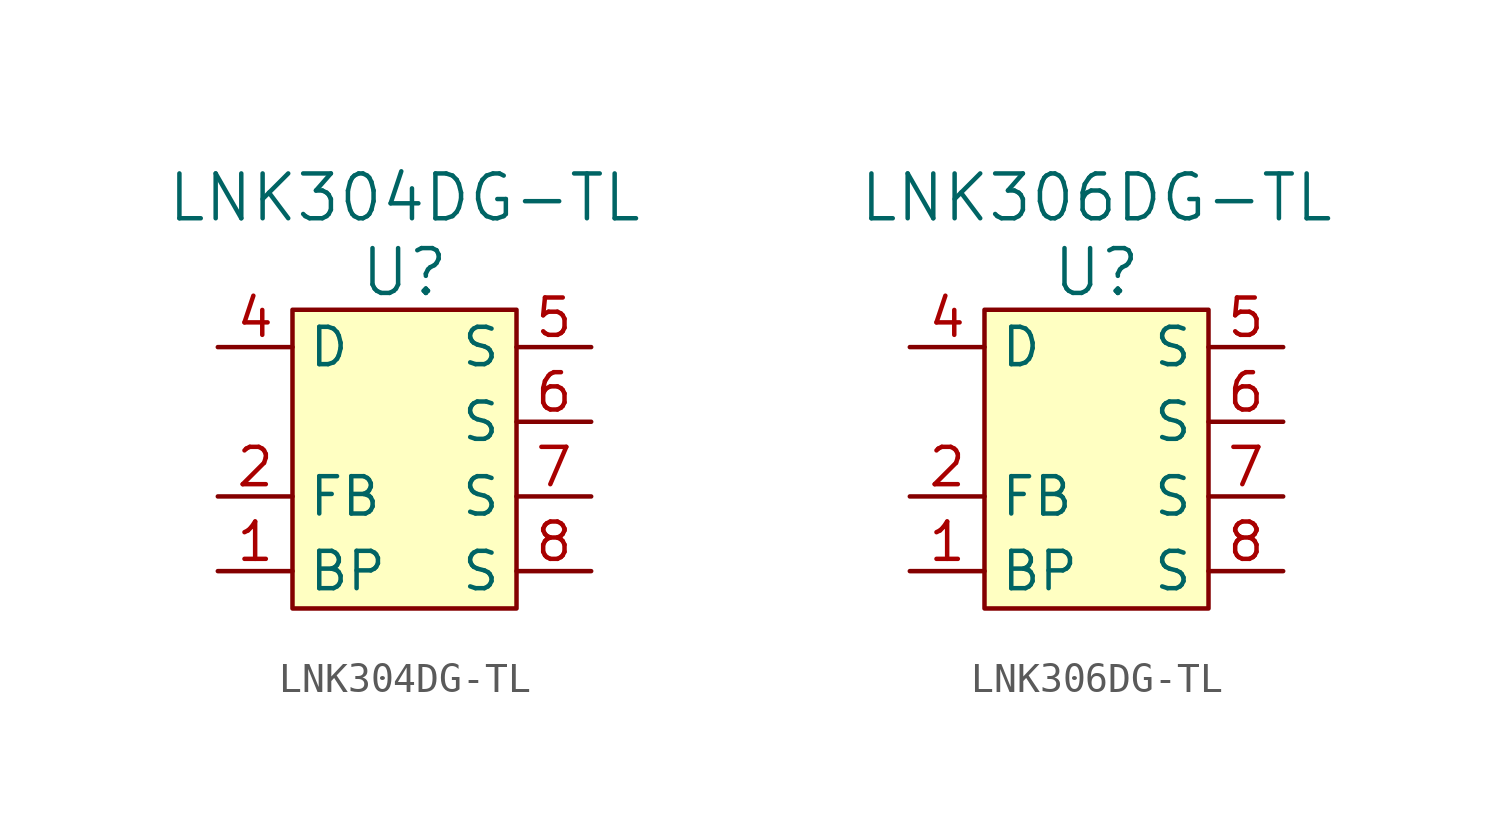
<source format=kicad_sym>
(kicad_symbol_lib
  (version 20220914)
  (generator kicad_symbol_editor)
  (symbol "LNK304DG-TL"
    (property "Reference" "U"
      (at 1.27 5.08 0)
      (effects (font (size 1.524 1.524))))
    (property "Value" "LNK304DG-TL"
      (at 1.27 7.62 0)
      (effects (font (size 1.524 1.524))))
    (symbol "LNK304DG-TL_0_1"
      (rectangle (start -2.54 3.81) (end 5.08 -6.35) (stroke (width 0) (type solid)) (fill (type background))))
    (symbol "LNK304DG-TL_1_1"
      (pin passive line (at -5.08 -5.08 0) (length 2.54) (name "BP" (effects (font (size 1.27 1.27)))) (number "1" (effects (font (size 1.27 1.27)))))
      (pin input line (at -5.08 -2.54 0) (length 2.54) (name "FB" (effects (font (size 1.27 1.27)))) (number "2" (effects (font (size 1.27 1.27)))))
      (pin passive line (at -5.08 2.54 0) (length 2.54) (name "D" (effects (font (size 1.27 1.27)))) (number "4" (effects (font (size 1.27 1.27)))))
      (pin passive line (at 7.62 2.54 180) (length 2.54) (name "S" (effects (font (size 1.27 1.27)))) (number "5" (effects (font (size 1.27 1.27)))))
      (pin passive line (at 7.62 0 180) (length 2.54) (name "S" (effects (font (size 1.27 1.27)))) (number "6" (effects (font (size 1.27 1.27)))))
      (pin passive line (at 7.62 -2.54 180) (length 2.54) (name "S" (effects (font (size 1.27 1.27)))) (number "7" (effects (font (size 1.27 1.27)))))
      (pin passive line (at 7.62 -5.08 180) (length 2.54) (name "S" (effects (font (size 1.27 1.27)))) (number "8" (effects (font (size 1.27 1.27)))))))
  (symbol "LNK306DG-TL"
    (property "Reference" "U"
      (at 1.27 5.08 0)
      (effects (font (size 1.524 1.524))))
    (property "Value" "LNK306DG-TL"
      (at 1.27 7.62 0)
      (effects (font (size 1.524 1.524))))
    (symbol "LNK306DG-TL_0_1"
      (rectangle (start -2.54 3.81) (end 5.08 -6.35) (stroke (width 0) (type solid)) (fill (type background))))
    (symbol "LNK306DG-TL_1_1"
      (pin passive line (at -5.08 -5.08 0) (length 2.54) (name "BP" (effects (font (size 1.27 1.27)))) (number "1" (effects (font (size 1.27 1.27)))))
      (pin input line (at -5.08 -2.54 0) (length 2.54) (name "FB" (effects (font (size 1.27 1.27)))) (number "2" (effects (font (size 1.27 1.27)))))
      (pin passive line (at -5.08 2.54 0) (length 2.54) (name "D" (effects (font (size 1.27 1.27)))) (number "4" (effects (font (size 1.27 1.27)))))
      (pin passive line (at 7.62 2.54 180) (length 2.54) (name "S" (effects (font (size 1.27 1.27)))) (number "5" (effects (font (size 1.27 1.27)))))
      (pin passive line (at 7.62 0 180) (length 2.54) (name "S" (effects (font (size 1.27 1.27)))) (number "6" (effects (font (size 1.27 1.27)))))
      (pin passive line (at 7.62 -2.54 180) (length 2.54) (name "S" (effects (font (size 1.27 1.27)))) (number "7" (effects (font (size 1.27 1.27)))))
      (pin passive line (at 7.62 -5.08 180) (length 2.54) (name "S" (effects (font (size 1.27 1.27)))) (number "8" (effects (font (size 1.27 1.27))))))))
</source>
